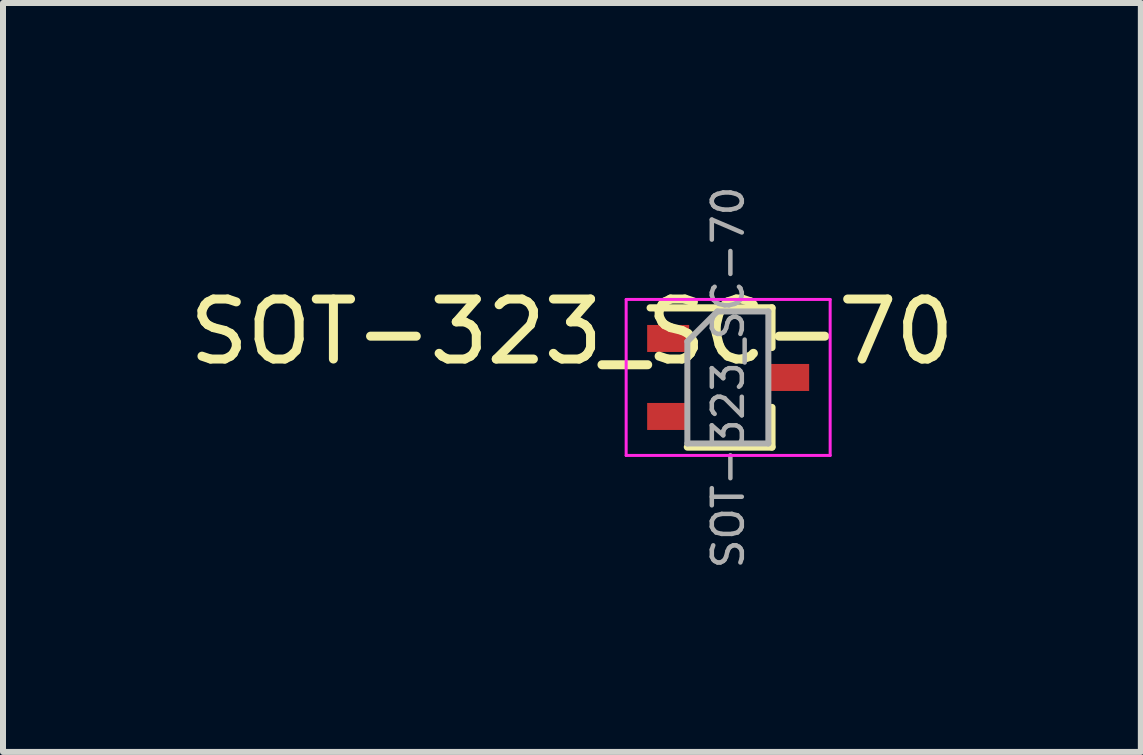
<source format=kicad_pcb>
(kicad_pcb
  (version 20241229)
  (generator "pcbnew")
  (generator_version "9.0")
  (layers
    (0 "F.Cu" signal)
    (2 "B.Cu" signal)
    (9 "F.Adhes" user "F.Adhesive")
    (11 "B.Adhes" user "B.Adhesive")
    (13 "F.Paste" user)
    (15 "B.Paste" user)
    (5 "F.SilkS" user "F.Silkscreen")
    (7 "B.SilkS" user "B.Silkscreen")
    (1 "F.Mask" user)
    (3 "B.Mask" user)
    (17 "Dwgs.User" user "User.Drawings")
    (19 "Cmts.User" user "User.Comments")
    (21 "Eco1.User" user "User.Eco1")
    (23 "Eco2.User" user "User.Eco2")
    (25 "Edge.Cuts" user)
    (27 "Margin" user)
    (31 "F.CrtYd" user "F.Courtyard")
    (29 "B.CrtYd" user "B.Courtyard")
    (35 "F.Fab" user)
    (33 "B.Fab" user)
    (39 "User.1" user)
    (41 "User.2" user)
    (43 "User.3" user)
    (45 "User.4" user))
  (footprint "SOT-323_SC-70"
    (layer "F.Cu")
    (at 9.086 3.241)
    (property "Reference" "SOT-323_SC-70" (at -2.603 -0.762 0) (layer "F.SilkS") (effects (font (size 1 1) (thickness 0.15))))
    (attr smd)
    (fp_line (start -0.68 1.16) (end 0.73 1.16) (stroke (width 0.12) (type solid)) (layer "F.SilkS"))
    (fp_line (start 0.73 -1.16) (end -1.3 -1.16) (stroke (width 0.12) (type solid)) (layer "F.SilkS"))
    (fp_line (start 0.73 -1.16) (end 0.73 -0.5) (stroke (width 0.12) (type solid)) (layer "F.SilkS"))
    (fp_line (start 0.73 0.5) (end 0.73 1.16) (stroke (width 0.12) (type solid)) (layer "F.SilkS"))
    (fp_line (start -1.7 -1.3) (end 1.7 -1.3) (stroke (width 0.05) (type solid)) (layer "F.CrtYd"))
    (fp_line (start -1.7 1.3) (end -1.7 -1.3) (stroke (width 0.05) (type solid)) (layer "F.CrtYd"))
    (fp_line (start 1.7 -1.3) (end 1.7 1.3) (stroke (width 0.05) (type solid)) (layer "F.CrtYd"))
    (fp_line (start 1.7 1.3) (end -1.7 1.3) (stroke (width 0.05) (type solid)) (layer "F.CrtYd"))
    (fp_line (start -0.68 -0.6) (end -0.68 1.1) (stroke (width 0.1) (type solid)) (layer "F.Fab"))
    (fp_line (start -0.18 -1.1) (end -0.68 -0.6) (stroke (width 0.1) (type solid)) (layer "F.Fab"))
    (fp_line (start 0.67 -1.1) (end -0.18 -1.1) (stroke (width 0.1) (type solid)) (layer "F.Fab"))
    (fp_line (start 0.67 -1.1) (end 0.67 1.1) (stroke (width 0.1) (type solid)) (layer "F.Fab"))
    (fp_line (start 0.67 1.1) (end -0.68 1.1) (stroke (width 0.1) (type solid)) (layer "F.Fab"))
    (fp_text user "${REFERENCE}" (at 0 0 90) (layer "F.Fab") (effects (font (size 0.5 0.5) (thickness 0.075))))
    (pad "1" smd rect (at -1 -0.65 270) (size 0.45 0.7) (layers "F.Cu" "F.Mask" "F.Paste"))
    (pad "2" smd rect (at -1 0.65 270) (size 0.45 0.7) (layers "F.Cu" "F.Mask" "F.Paste"))
    (pad "3" smd rect (at 1 0 270) (size 0.45 0.7) (layers "F.Cu" "F.Mask" "F.Paste")))
  (gr_rect
    (start -3 -3)
    (end 15.964 9.482)
    (stroke (width 0.1) (type default))
    (fill no)
    (layer "Edge.Cuts")))
</source>
